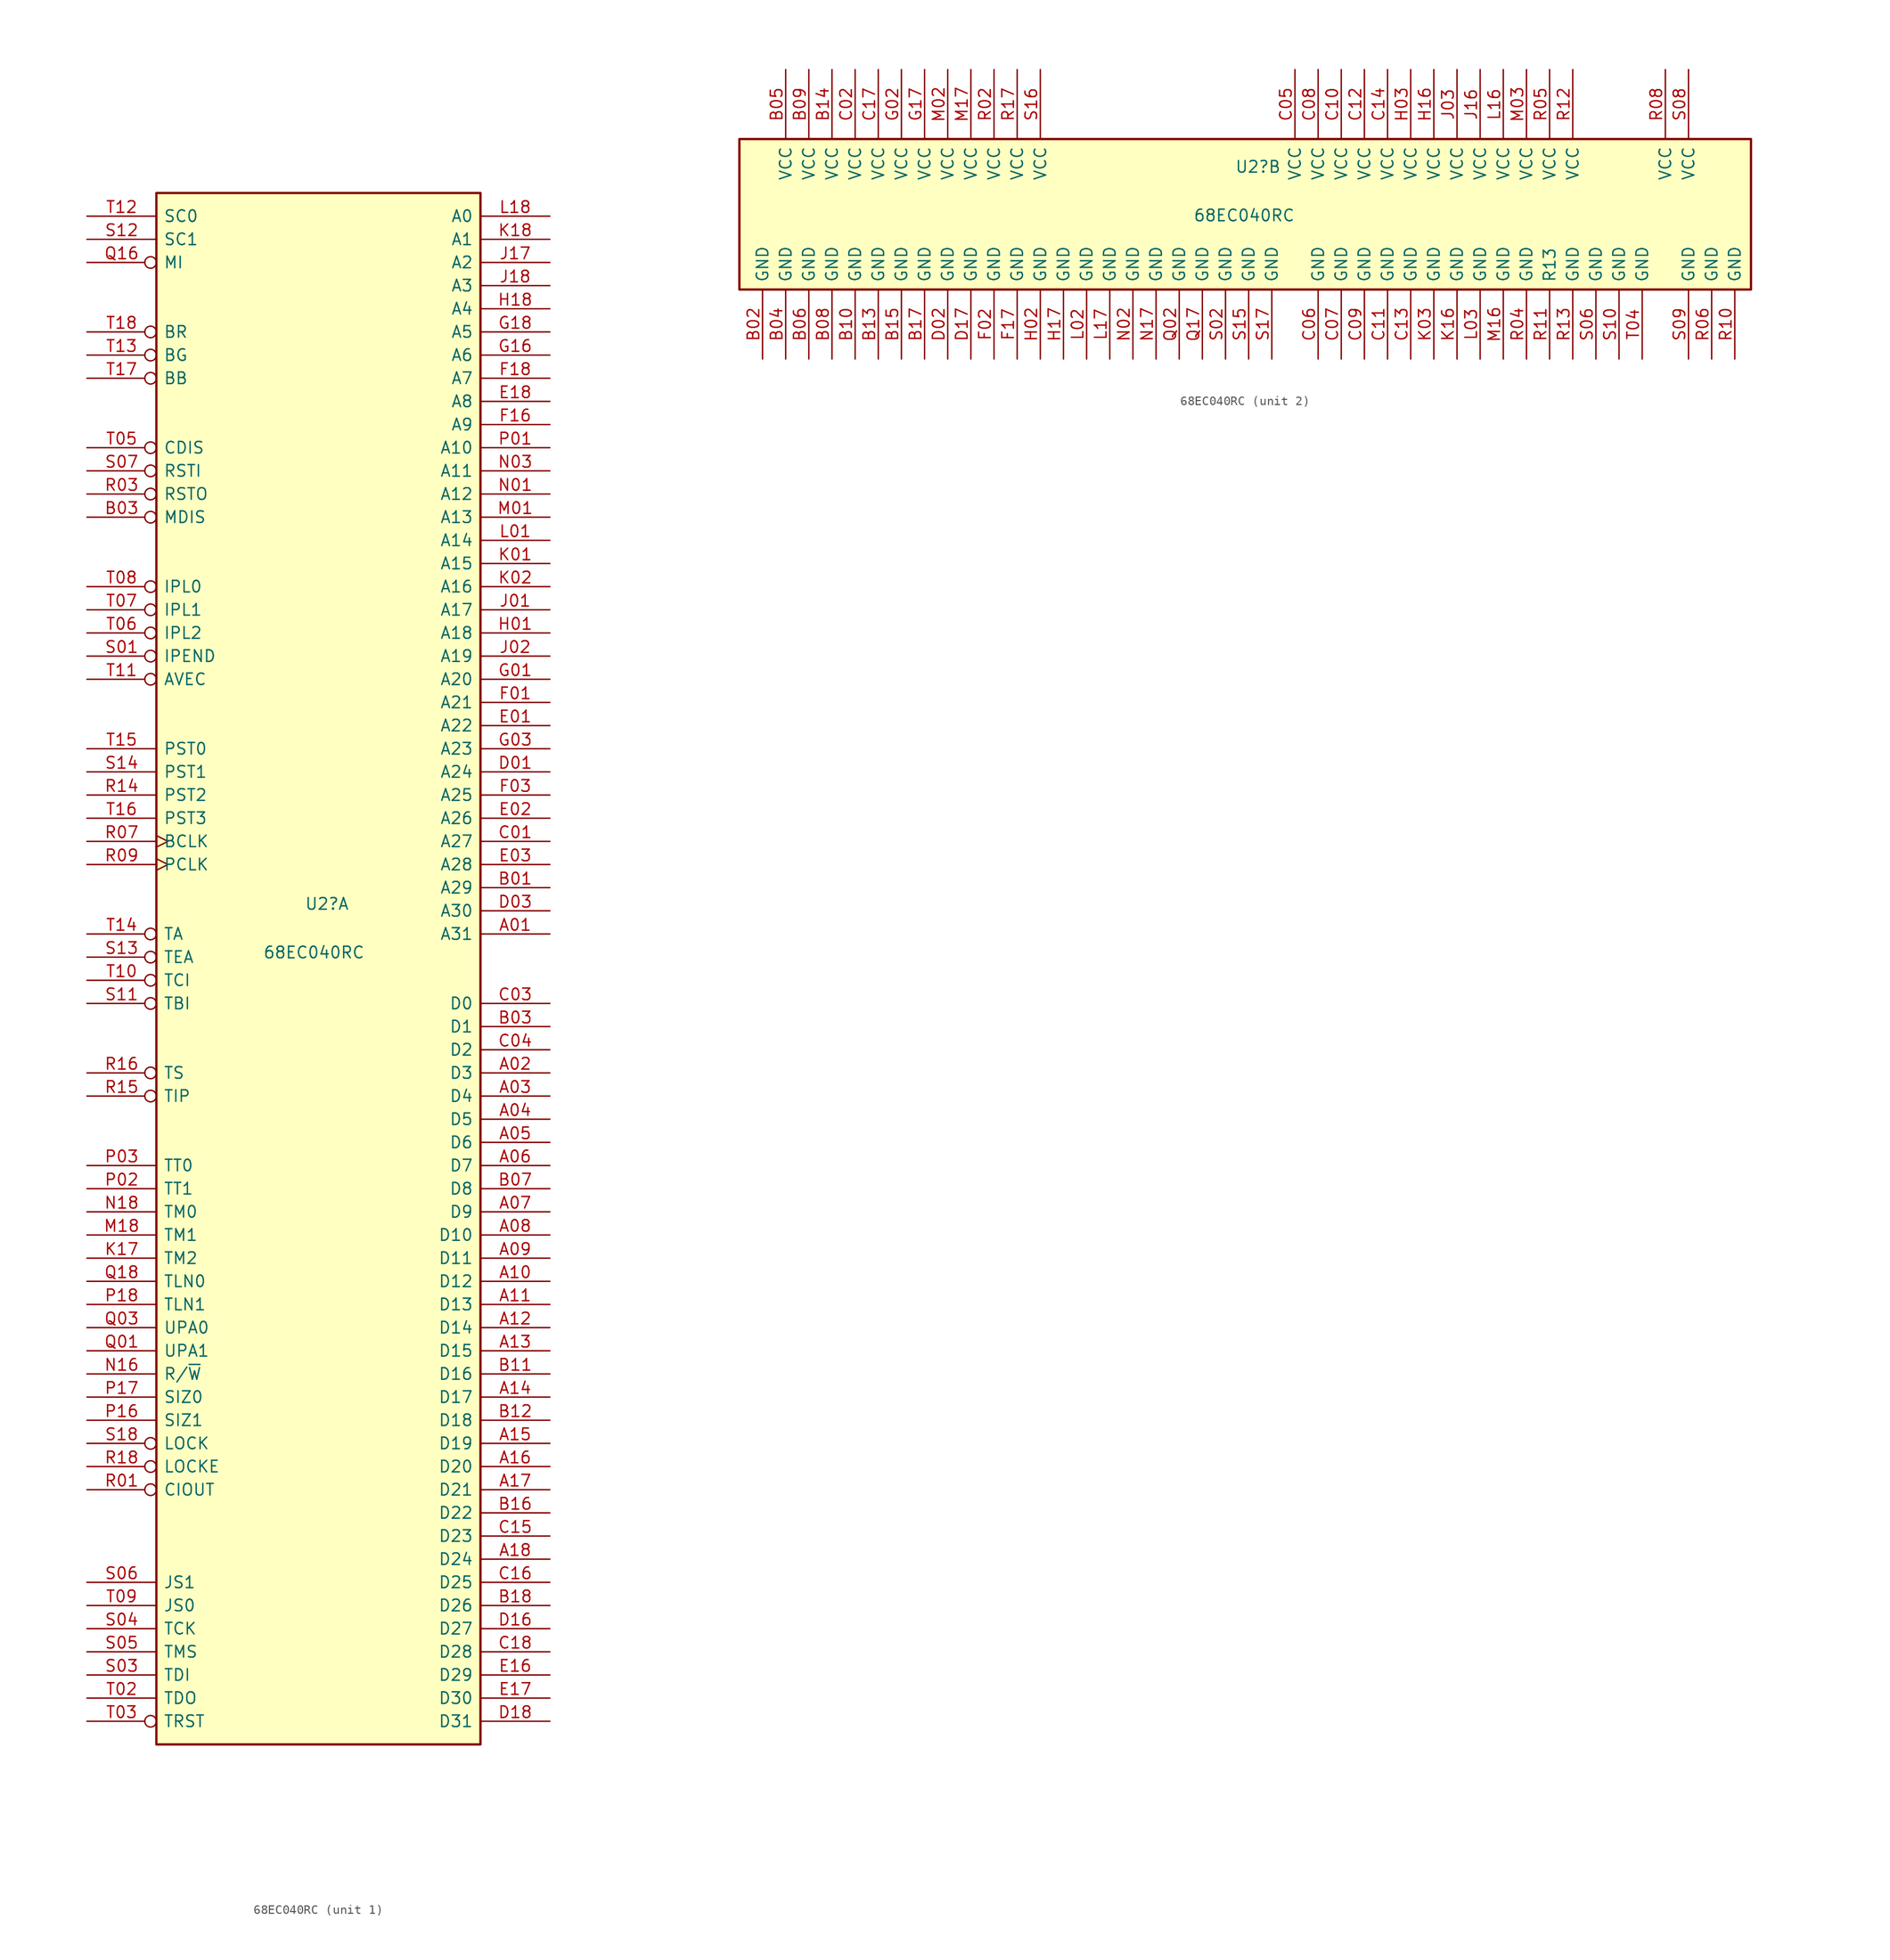
<source format=kicad_sym>
(kicad_symbol_lib
  (version 20241209)
  (generator "kicad_symbol_editor")
  (generator_version "9.0")
  (symbol "68EC040RC"
    (pin_names
      (offset 0.762))
    (property "Reference" "U2"
      (at -1.524 5.842 0)
      (effects (font (size 1.27 1.27)) (justify left)))
    (property "Value" "68EC040RC"
      (at -6.096 0.508 0)
      (effects (font (size 1.27 1.27)) (justify left)))
    (property "ki_locked" ""
      (at 0 0 0)
      (effects (font (size 1.27 1.27))))
    (symbol "68EC040RC_1_1"
      (rectangle (start -17.78 83.82) (end 17.78 -86.36) (stroke (width 0.254) (type solid)) (fill (type background)))
      (pin input line (at -25.4 81.28 0) (length 7.62) (name "SC0" (effects (font (size 1.27 1.27)))) (number "T12" (effects (font (size 1.27 1.27)))))
      (pin input line (at -25.4 78.74 0) (length 7.62) (name "SC1" (effects (font (size 1.27 1.27)))) (number "S12" (effects (font (size 1.27 1.27)))))
      (pin output inverted (at -25.4 76.2 0) (length 7.62) (name "MI" (effects (font (size 1.27 1.27)))) (number "Q16" (effects (font (size 1.27 1.27)))))
      (pin output inverted (at -25.4 68.58 0) (length 7.62) (name "BR" (effects (font (size 1.27 1.27)))) (number "T18" (effects (font (size 1.27 1.27)))))
      (pin input inverted (at -25.4 66.04 0) (length 7.62) (name "BG" (effects (font (size 1.27 1.27)))) (number "T13" (effects (font (size 1.27 1.27)))))
      (pin bidirectional inverted (at -25.4 63.5 0) (length 7.62) (name "BB" (effects (font (size 1.27 1.27)))) (number "T17" (effects (font (size 1.27 1.27)))))
      (pin input inverted (at -25.4 55.88 0) (length 7.62) (name "CDIS" (effects (font (size 1.27 1.27)))) (number "T05" (effects (font (size 1.27 1.27)))))
      (pin input inverted (at -25.4 53.34 0) (length 7.62) (name "RSTI" (effects (font (size 1.27 1.27)))) (number "S07" (effects (font (size 1.27 1.27)))))
      (pin output inverted (at -25.4 50.8 0) (length 7.62) (name "RSTO" (effects (font (size 1.27 1.27)))) (number "R03" (effects (font (size 1.27 1.27)))))
      (pin input inverted (at -25.4 48.26 0) (length 7.62) (name "MDIS" (effects (font (size 1.27 1.27)))) (number "B03" (effects (font (size 1.27 1.27)))))
      (pin input inverted (at -25.4 40.64 0) (length 7.62) (name "IPL0" (effects (font (size 1.27 1.27)))) (number "T08" (effects (font (size 1.27 1.27)))))
      (pin input inverted (at -25.4 38.1 0) (length 7.62) (name "IPL1" (effects (font (size 1.27 1.27)))) (number "T07" (effects (font (size 1.27 1.27)))))
      (pin input inverted (at -25.4 35.56 0) (length 7.62) (name "IPL2" (effects (font (size 1.27 1.27)))) (number "T06" (effects (font (size 1.27 1.27)))))
      (pin output inverted (at -25.4 33.02 0) (length 7.62) (name "IPEND" (effects (font (size 1.27 1.27)))) (number "S01" (effects (font (size 1.27 1.27)))))
      (pin input inverted (at -25.4 30.48 0) (length 7.62) (name "AVEC" (effects (font (size 1.27 1.27)))) (number "T11" (effects (font (size 1.27 1.27)))))
      (pin output line (at -25.4 22.86 0) (length 7.62) (name "PST0" (effects (font (size 1.27 1.27)))) (number "T15" (effects (font (size 1.27 1.27)))))
      (pin output line (at -25.4 20.32 0) (length 7.62) (name "PST1" (effects (font (size 1.27 1.27)))) (number "S14" (effects (font (size 1.27 1.27)))))
      (pin output line (at -25.4 17.78 0) (length 7.62) (name "PST2" (effects (font (size 1.27 1.27)))) (number "R14" (effects (font (size 1.27 1.27)))))
      (pin output line (at -25.4 15.24 0) (length 7.62) (name "PST3" (effects (font (size 1.27 1.27)))) (number "T16" (effects (font (size 1.27 1.27)))))
      (pin input clock (at -25.4 12.7 0) (length 7.62) (name "BCLK" (effects (font (size 1.27 1.27)))) (number "R07" (effects (font (size 1.27 1.27)))))
      (pin input clock (at -25.4 10.16 0) (length 7.62) (name "PCLK" (effects (font (size 1.27 1.27)))) (number "R09" (effects (font (size 1.27 1.27)))))
      (pin bidirectional inverted (at -25.4 2.54 0) (length 7.62) (name "TA" (effects (font (size 1.27 1.27)))) (number "T14" (effects (font (size 1.27 1.27)))))
      (pin input inverted (at -25.4 0 0) (length 7.62) (name "TEA" (effects (font (size 1.27 1.27)))) (number "S13" (effects (font (size 1.27 1.27)))))
      (pin input inverted (at -25.4 -2.54 0) (length 7.62) (name "TCI" (effects (font (size 1.27 1.27)))) (number "T10" (effects (font (size 1.27 1.27)))))
      (pin input inverted (at -25.4 -5.08 0) (length 7.62) (name "TBI" (effects (font (size 1.27 1.27)))) (number "S11" (effects (font (size 1.27 1.27)))))
      (pin bidirectional inverted (at -25.4 -12.7 0) (length 7.62) (name "TS" (effects (font (size 1.27 1.27)))) (number "R16" (effects (font (size 1.27 1.27)))))
      (pin output inverted (at -25.4 -15.24 0) (length 7.62) (name "TIP" (effects (font (size 1.27 1.27)))) (number "R15" (effects (font (size 1.27 1.27)))))
      (pin bidirectional line (at -25.4 -22.86 0) (length 7.62) (name "TT0" (effects (font (size 1.27 1.27)))) (number "P03" (effects (font (size 1.27 1.27)))))
      (pin bidirectional line (at -25.4 -25.4 0) (length 7.62) (name "TT1" (effects (font (size 1.27 1.27)))) (number "P02" (effects (font (size 1.27 1.27)))))
      (pin output line (at -25.4 -27.94 0) (length 7.62) (name "TM0" (effects (font (size 1.27 1.27)))) (number "N18" (effects (font (size 1.27 1.27)))))
      (pin output line (at -25.4 -30.48 0) (length 7.62) (name "TM1" (effects (font (size 1.27 1.27)))) (number "M18" (effects (font (size 1.27 1.27)))))
      (pin output line (at -25.4 -33.02 0) (length 7.62) (name "TM2" (effects (font (size 1.27 1.27)))) (number "K17" (effects (font (size 1.27 1.27)))))
      (pin output line (at -25.4 -35.56 0) (length 7.62) (name "TLN0" (effects (font (size 1.27 1.27)))) (number "Q18" (effects (font (size 1.27 1.27)))))
      (pin output line (at -25.4 -38.1 0) (length 7.62) (name "TLN1" (effects (font (size 1.27 1.27)))) (number "P18" (effects (font (size 1.27 1.27)))))
      (pin output line (at -25.4 -40.64 0) (length 7.62) (name "UPA0" (effects (font (size 1.27 1.27)))) (number "Q03" (effects (font (size 1.27 1.27)))))
      (pin output line (at -25.4 -43.18 0) (length 7.62) (name "UPA1" (effects (font (size 1.27 1.27)))) (number "Q01" (effects (font (size 1.27 1.27)))))
      (pin bidirectional line (at -25.4 -45.72 0) (length 7.62) (name "R/~{W}" (effects (font (size 1.27 1.27)))) (number "N16" (effects (font (size 1.27 1.27)))))
      (pin bidirectional line (at -25.4 -48.26 0) (length 7.62) (name "SIZ0" (effects (font (size 1.27 1.27)))) (number "P17" (effects (font (size 1.27 1.27)))))
      (pin bidirectional line (at -25.4 -50.8 0) (length 7.62) (name "SIZ1" (effects (font (size 1.27 1.27)))) (number "P16" (effects (font (size 1.27 1.27)))))
      (pin output inverted (at -25.4 -53.34 0) (length 7.62) (name "LOCK" (effects (font (size 1.27 1.27)))) (number "S18" (effects (font (size 1.27 1.27)))))
      (pin output inverted (at -25.4 -55.88 0) (length 7.62) (name "LOCKE" (effects (font (size 1.27 1.27)))) (number "R18" (effects (font (size 1.27 1.27)))))
      (pin output inverted (at -25.4 -58.42 0) (length 7.62) (name "CIOUT" (effects (font (size 1.27 1.27)))) (number "R01" (effects (font (size 1.27 1.27)))))
      (pin input line (at -25.4 -68.58 0) (length 7.62) (name "JS1" (effects (font (size 1.27 1.27)))) (number "S06" (effects (font (size 1.27 1.27)))))
      (pin input line (at -25.4 -71.12 0) (length 7.62) (name "JS0" (effects (font (size 1.27 1.27)))) (number "T09" (effects (font (size 1.27 1.27)))))
      (pin input line (at -25.4 -73.66 0) (length 7.62) (name "TCK" (effects (font (size 1.27 1.27)))) (number "S04" (effects (font (size 1.27 1.27)))))
      (pin input line (at -25.4 -76.2 0) (length 7.62) (name "TMS" (effects (font (size 1.27 1.27)))) (number "S05" (effects (font (size 1.27 1.27)))))
      (pin input line (at -25.4 -78.74 0) (length 7.62) (name "TDI" (effects (font (size 1.27 1.27)))) (number "S03" (effects (font (size 1.27 1.27)))))
      (pin output line (at -25.4 -81.28 0) (length 7.62) (name "TDO" (effects (font (size 1.27 1.27)))) (number "T02" (effects (font (size 1.27 1.27)))))
      (pin input inverted (at -25.4 -83.82 0) (length 7.62) (name "TRST" (effects (font (size 1.27 1.27)))) (number "T03" (effects (font (size 1.27 1.27)))))
      (pin output line (at 25.4 81.28 180) (length 7.62) (name "A0" (effects (font (size 1.27 1.27)))) (number "L18" (effects (font (size 1.27 1.27)))))
      (pin output line (at 25.4 78.74 180) (length 7.62) (name "A1" (effects (font (size 1.27 1.27)))) (number "K18" (effects (font (size 1.27 1.27)))))
      (pin output line (at 25.4 76.2 180) (length 7.62) (name "A2" (effects (font (size 1.27 1.27)))) (number "J17" (effects (font (size 1.27 1.27)))))
      (pin output line (at 25.4 73.66 180) (length 7.62) (name "A3" (effects (font (size 1.27 1.27)))) (number "J18" (effects (font (size 1.27 1.27)))))
      (pin output line (at 25.4 71.12 180) (length 7.62) (name "A4" (effects (font (size 1.27 1.27)))) (number "H18" (effects (font (size 1.27 1.27)))))
      (pin output line (at 25.4 68.58 180) (length 7.62) (name "A5" (effects (font (size 1.27 1.27)))) (number "G18" (effects (font (size 1.27 1.27)))))
      (pin output line (at 25.4 66.04 180) (length 7.62) (name "A6" (effects (font (size 1.27 1.27)))) (number "G16" (effects (font (size 1.27 1.27)))))
      (pin output line (at 25.4 63.5 180) (length 7.62) (name "A7" (effects (font (size 1.27 1.27)))) (number "F18" (effects (font (size 1.27 1.27)))))
      (pin output line (at 25.4 60.96 180) (length 7.62) (name "A8" (effects (font (size 1.27 1.27)))) (number "E18" (effects (font (size 1.27 1.27)))))
      (pin output line (at 25.4 58.42 180) (length 7.62) (name "A9" (effects (font (size 1.27 1.27)))) (number "F16" (effects (font (size 1.27 1.27)))))
      (pin output line (at 25.4 55.88 180) (length 7.62) (name "A10" (effects (font (size 1.27 1.27)))) (number "P01" (effects (font (size 1.27 1.27)))))
      (pin output line (at 25.4 53.34 180) (length 7.62) (name "A11" (effects (font (size 1.27 1.27)))) (number "N03" (effects (font (size 1.27 1.27)))))
      (pin output line (at 25.4 50.8 180) (length 7.62) (name "A12" (effects (font (size 1.27 1.27)))) (number "N01" (effects (font (size 1.27 1.27)))))
      (pin output line (at 25.4 48.26 180) (length 7.62) (name "A13" (effects (font (size 1.27 1.27)))) (number "M01" (effects (font (size 1.27 1.27)))))
      (pin output line (at 25.4 45.72 180) (length 7.62) (name "A14" (effects (font (size 1.27 1.27)))) (number "L01" (effects (font (size 1.27 1.27)))))
      (pin output line (at 25.4 43.18 180) (length 7.62) (name "A15" (effects (font (size 1.27 1.27)))) (number "K01" (effects (font (size 1.27 1.27)))))
      (pin output line (at 25.4 40.64 180) (length 7.62) (name "A16" (effects (font (size 1.27 1.27)))) (number "K02" (effects (font (size 1.27 1.27)))))
      (pin output line (at 25.4 38.1 180) (length 7.62) (name "A17" (effects (font (size 1.27 1.27)))) (number "J01" (effects (font (size 1.27 1.27)))))
      (pin output line (at 25.4 35.56 180) (length 7.62) (name "A18" (effects (font (size 1.27 1.27)))) (number "H01" (effects (font (size 1.27 1.27)))))
      (pin output line (at 25.4 33.02 180) (length 7.62) (name "A19" (effects (font (size 1.27 1.27)))) (number "J02" (effects (font (size 1.27 1.27)))))
      (pin output line (at 25.4 30.48 180) (length 7.62) (name "A20" (effects (font (size 1.27 1.27)))) (number "G01" (effects (font (size 1.27 1.27)))))
      (pin output line (at 25.4 27.94 180) (length 7.62) (name "A21" (effects (font (size 1.27 1.27)))) (number "F01" (effects (font (size 1.27 1.27)))))
      (pin output line (at 25.4 25.4 180) (length 7.62) (name "A22" (effects (font (size 1.27 1.27)))) (number "E01" (effects (font (size 1.27 1.27)))))
      (pin output line (at 25.4 22.86 180) (length 7.62) (name "A23" (effects (font (size 1.27 1.27)))) (number "G03" (effects (font (size 1.27 1.27)))))
      (pin output line (at 25.4 20.32 180) (length 7.62) (name "A24" (effects (font (size 1.27 1.27)))) (number "D01" (effects (font (size 1.27 1.27)))))
      (pin output line (at 25.4 17.78 180) (length 7.62) (name "A25" (effects (font (size 1.27 1.27)))) (number "F03" (effects (font (size 1.27 1.27)))))
      (pin output line (at 25.4 15.24 180) (length 7.62) (name "A26" (effects (font (size 1.27 1.27)))) (number "E02" (effects (font (size 1.27 1.27)))))
      (pin output line (at 25.4 12.7 180) (length 7.62) (name "A27" (effects (font (size 1.27 1.27)))) (number "C01" (effects (font (size 1.27 1.27)))))
      (pin output line (at 25.4 10.16 180) (length 7.62) (name "A28" (effects (font (size 1.27 1.27)))) (number "E03" (effects (font (size 1.27 1.27)))))
      (pin output line (at 25.4 7.62 180) (length 7.62) (name "A29" (effects (font (size 1.27 1.27)))) (number "B01" (effects (font (size 1.27 1.27)))))
      (pin output line (at 25.4 5.08 180) (length 7.62) (name "A30" (effects (font (size 1.27 1.27)))) (number "D03" (effects (font (size 1.27 1.27)))))
      (pin output line (at 25.4 2.54 180) (length 7.62) (name "A31" (effects (font (size 1.27 1.27)))) (number "A01" (effects (font (size 1.27 1.27)))))
      (pin bidirectional line (at 25.4 -5.08 180) (length 7.62) (name "D0" (effects (font (size 1.27 1.27)))) (number "C03" (effects (font (size 1.27 1.27)))))
      (pin bidirectional line (at 25.4 -7.62 180) (length 7.62) (name "D1" (effects (font (size 1.27 1.27)))) (number "B03" (effects (font (size 1.27 1.27)))))
      (pin bidirectional line (at 25.4 -10.16 180) (length 7.62) (name "D2" (effects (font (size 1.27 1.27)))) (number "C04" (effects (font (size 1.27 1.27)))))
      (pin bidirectional line (at 25.4 -12.7 180) (length 7.62) (name "D3" (effects (font (size 1.27 1.27)))) (number "A02" (effects (font (size 1.27 1.27)))))
      (pin bidirectional line (at 25.4 -15.24 180) (length 7.62) (name "D4" (effects (font (size 1.27 1.27)))) (number "A03" (effects (font (size 1.27 1.27)))))
      (pin bidirectional line (at 25.4 -17.78 180) (length 7.62) (name "D5" (effects (font (size 1.27 1.27)))) (number "A04" (effects (font (size 1.27 1.27)))))
      (pin bidirectional line (at 25.4 -20.32 180) (length 7.62) (name "D6" (effects (font (size 1.27 1.27)))) (number "A05" (effects (font (size 1.27 1.27)))))
      (pin bidirectional line (at 25.4 -22.86 180) (length 7.62) (name "D7" (effects (font (size 1.27 1.27)))) (number "A06" (effects (font (size 1.27 1.27)))))
      (pin bidirectional line (at 25.4 -25.4 180) (length 7.62) (name "D8" (effects (font (size 1.27 1.27)))) (number "B07" (effects (font (size 1.27 1.27)))))
      (pin bidirectional line (at 25.4 -27.94 180) (length 7.62) (name "D9" (effects (font (size 1.27 1.27)))) (number "A07" (effects (font (size 1.27 1.27)))))
      (pin bidirectional line (at 25.4 -30.48 180) (length 7.62) (name "D10" (effects (font (size 1.27 1.27)))) (number "A08" (effects (font (size 1.27 1.27)))))
      (pin bidirectional line (at 25.4 -33.02 180) (length 7.62) (name "D11" (effects (font (size 1.27 1.27)))) (number "A09" (effects (font (size 1.27 1.27)))))
      (pin bidirectional line (at 25.4 -35.56 180) (length 7.62) (name "D12" (effects (font (size 1.27 1.27)))) (number "A10" (effects (font (size 1.27 1.27)))))
      (pin bidirectional line (at 25.4 -38.1 180) (length 7.62) (name "D13" (effects (font (size 1.27 1.27)))) (number "A11" (effects (font (size 1.27 1.27)))))
      (pin bidirectional line (at 25.4 -40.64 180) (length 7.62) (name "D14" (effects (font (size 1.27 1.27)))) (number "A12" (effects (font (size 1.27 1.27)))))
      (pin bidirectional line (at 25.4 -43.18 180) (length 7.62) (name "D15" (effects (font (size 1.27 1.27)))) (number "A13" (effects (font (size 1.27 1.27)))))
      (pin bidirectional line (at 25.4 -45.72 180) (length 7.62) (name "D16" (effects (font (size 1.27 1.27)))) (number "B11" (effects (font (size 1.27 1.27)))))
      (pin bidirectional line (at 25.4 -48.26 180) (length 7.62) (name "D17" (effects (font (size 1.27 1.27)))) (number "A14" (effects (font (size 1.27 1.27)))))
      (pin bidirectional line (at 25.4 -50.8 180) (length 7.62) (name "D18" (effects (font (size 1.27 1.27)))) (number "B12" (effects (font (size 1.27 1.27)))))
      (pin bidirectional line (at 25.4 -53.34 180) (length 7.62) (name "D19" (effects (font (size 1.27 1.27)))) (number "A15" (effects (font (size 1.27 1.27)))))
      (pin bidirectional line (at 25.4 -55.88 180) (length 7.62) (name "D20" (effects (font (size 1.27 1.27)))) (number "A16" (effects (font (size 1.27 1.27)))))
      (pin bidirectional line (at 25.4 -58.42 180) (length 7.62) (name "D21" (effects (font (size 1.27 1.27)))) (number "A17" (effects (font (size 1.27 1.27)))))
      (pin bidirectional line (at 25.4 -60.96 180) (length 7.62) (name "D22" (effects (font (size 1.27 1.27)))) (number "B16" (effects (font (size 1.27 1.27)))))
      (pin bidirectional line (at 25.4 -63.5 180) (length 7.62) (name "D23" (effects (font (size 1.27 1.27)))) (number "C15" (effects (font (size 1.27 1.27)))))
      (pin bidirectional line (at 25.4 -66.04 180) (length 7.62) (name "D24" (effects (font (size 1.27 1.27)))) (number "A18" (effects (font (size 1.27 1.27)))))
      (pin bidirectional line (at 25.4 -68.58 180) (length 7.62) (name "D25" (effects (font (size 1.27 1.27)))) (number "C16" (effects (font (size 1.27 1.27)))))
      (pin bidirectional line (at 25.4 -71.12 180) (length 7.62) (name "D26" (effects (font (size 1.27 1.27)))) (number "B18" (effects (font (size 1.27 1.27)))))
      (pin bidirectional line (at 25.4 -73.66 180) (length 7.62) (name "D27" (effects (font (size 1.27 1.27)))) (number "D16" (effects (font (size 1.27 1.27)))))
      (pin bidirectional line (at 25.4 -76.2 180) (length 7.62) (name "D28" (effects (font (size 1.27 1.27)))) (number "C18" (effects (font (size 1.27 1.27)))))
      (pin bidirectional line (at 25.4 -78.74 180) (length 7.62) (name "D29" (effects (font (size 1.27 1.27)))) (number "E16" (effects (font (size 1.27 1.27)))))
      (pin bidirectional line (at 25.4 -81.28 180) (length 7.62) (name "D30" (effects (font (size 1.27 1.27)))) (number "E17" (effects (font (size 1.27 1.27)))))
      (pin bidirectional line (at 25.4 -83.82 180) (length 7.62) (name "D31" (effects (font (size 1.27 1.27)))) (number "D18" (effects (font (size 1.27 1.27))))))
    (symbol "68EC040RC_2_1"
      (rectangle (start -55.88 8.89) (end 55.118 -7.62) (stroke (width 0.254) (type solid)) (fill (type background)))
      (pin power_in line (at -53.34 -15.24 90) (length 7.62) (name "GND" (effects (font (size 1.27 1.27)))) (number "B02" (effects (font (size 1.27 1.27)))))
      (pin power_in line (at -50.8 16.51 270) (length 7.62) (name "VCC" (effects (font (size 1.27 1.27)))) (number "B05" (effects (font (size 1.27 1.27)))))
      (pin power_in line (at -50.8 -15.24 90) (length 7.62) (name "GND" (effects (font (size 1.27 1.27)))) (number "B04" (effects (font (size 1.27 1.27)))))
      (pin power_in line (at -48.26 16.51 270) (length 7.62) (name "VCC" (effects (font (size 1.27 1.27)))) (number "B09" (effects (font (size 1.27 1.27)))))
      (pin power_in line (at -48.26 -15.24 90) (length 7.62) (name "GND" (effects (font (size 1.27 1.27)))) (number "B06" (effects (font (size 1.27 1.27)))))
      (pin power_in line (at -45.72 16.51 270) (length 7.62) (name "VCC" (effects (font (size 1.27 1.27)))) (number "B14" (effects (font (size 1.27 1.27)))))
      (pin power_in line (at -45.72 -15.24 90) (length 7.62) (name "GND" (effects (font (size 1.27 1.27)))) (number "B08" (effects (font (size 1.27 1.27)))))
      (pin power_in line (at -43.18 16.51 270) (length 7.62) (name "VCC" (effects (font (size 1.27 1.27)))) (number "C02" (effects (font (size 1.27 1.27)))))
      (pin power_in line (at -43.18 -15.24 90) (length 7.62) (name "GND" (effects (font (size 1.27 1.27)))) (number "B10" (effects (font (size 1.27 1.27)))))
      (pin power_in line (at -40.64 16.51 270) (length 7.62) (name "VCC" (effects (font (size 1.27 1.27)))) (number "C17" (effects (font (size 1.27 1.27)))))
      (pin power_in line (at -40.64 -15.24 90) (length 7.62) (name "GND" (effects (font (size 1.27 1.27)))) (number "B13" (effects (font (size 1.27 1.27)))))
      (pin power_in line (at -38.1 16.51 270) (length 7.62) (name "VCC" (effects (font (size 1.27 1.27)))) (number "G02" (effects (font (size 1.27 1.27)))))
      (pin power_in line (at -38.1 -15.24 90) (length 7.62) (name "GND" (effects (font (size 1.27 1.27)))) (number "B15" (effects (font (size 1.27 1.27)))))
      (pin power_in line (at -35.56 16.51 270) (length 7.62) (name "VCC" (effects (font (size 1.27 1.27)))) (number "G17" (effects (font (size 1.27 1.27)))))
      (pin power_in line (at -35.56 -15.24 90) (length 7.62) (name "GND" (effects (font (size 1.27 1.27)))) (number "B17" (effects (font (size 1.27 1.27)))))
      (pin power_in line (at -33.02 16.51 270) (length 7.62) (name "VCC" (effects (font (size 1.27 1.27)))) (number "M02" (effects (font (size 1.27 1.27)))))
      (pin power_in line (at -33.02 -15.24 90) (length 7.62) (name "GND" (effects (font (size 1.27 1.27)))) (number "D02" (effects (font (size 1.27 1.27)))))
      (pin power_in line (at -30.48 16.51 270) (length 7.62) (name "VCC" (effects (font (size 1.27 1.27)))) (number "M17" (effects (font (size 1.27 1.27)))))
      (pin power_in line (at -30.48 -15.24 90) (length 7.62) (name "GND" (effects (font (size 1.27 1.27)))) (number "D17" (effects (font (size 1.27 1.27)))))
      (pin power_in line (at -27.94 16.51 270) (length 7.62) (name "VCC" (effects (font (size 1.27 1.27)))) (number "R02" (effects (font (size 1.27 1.27)))))
      (pin power_in line (at -27.94 -15.24 90) (length 7.62) (name "GND" (effects (font (size 1.27 1.27)))) (number "F02" (effects (font (size 1.27 1.27)))))
      (pin power_in line (at -25.4 16.51 270) (length 7.62) (name "VCC" (effects (font (size 1.27 1.27)))) (number "R17" (effects (font (size 1.27 1.27)))))
      (pin power_in line (at -25.4 -15.24 90) (length 7.62) (name "GND" (effects (font (size 1.27 1.27)))) (number "F17" (effects (font (size 1.27 1.27)))))
      (pin power_in line (at -22.86 16.51 270) (length 7.62) (name "VCC" (effects (font (size 1.27 1.27)))) (number "S16" (effects (font (size 1.27 1.27)))))
      (pin power_in line (at -22.86 -15.24 90) (length 7.62) (name "GND" (effects (font (size 1.27 1.27)))) (number "H02" (effects (font (size 1.27 1.27)))))
      (pin power_in line (at -20.32 -15.24 90) (length 7.62) (name "GND" (effects (font (size 1.27 1.27)))) (number "H17" (effects (font (size 1.27 1.27)))))
      (pin power_in line (at -17.78 -15.24 90) (length 7.62) (name "GND" (effects (font (size 1.27 1.27)))) (number "L02" (effects (font (size 1.27 1.27)))))
      (pin power_in line (at -15.24 -15.24 90) (length 7.62) (name "GND" (effects (font (size 1.27 1.27)))) (number "L17" (effects (font (size 1.27 1.27)))))
      (pin power_in line (at -12.7 -15.24 90) (length 7.62) (name "GND" (effects (font (size 1.27 1.27)))) (number "N02" (effects (font (size 1.27 1.27)))))
      (pin power_in line (at -10.16 -15.24 90) (length 7.62) (name "GND" (effects (font (size 1.27 1.27)))) (number "N17" (effects (font (size 1.27 1.27)))))
      (pin power_in line (at -7.62 -15.24 90) (length 7.62) (name "GND" (effects (font (size 1.27 1.27)))) (number "Q02" (effects (font (size 1.27 1.27)))))
      (pin power_in line (at -5.08 -15.24 90) (length 7.62) (name "GND" (effects (font (size 1.27 1.27)))) (number "Q17" (effects (font (size 1.27 1.27)))))
      (pin power_in line (at -2.54 -15.24 90) (length 7.62) (name "GND" (effects (font (size 1.27 1.27)))) (number "S02" (effects (font (size 1.27 1.27)))))
      (pin power_in line (at 0 -15.24 90) (length 7.62) (name "GND" (effects (font (size 1.27 1.27)))) (number "S15" (effects (font (size 1.27 1.27)))))
      (pin power_in line (at 2.54 -15.24 90) (length 7.62) (name "GND" (effects (font (size 1.27 1.27)))) (number "S17" (effects (font (size 1.27 1.27)))))
      (pin power_in line (at 5.08 16.51 270) (length 7.62) (name "VCC" (effects (font (size 1.27 1.27)))) (number "C05" (effects (font (size 1.27 1.27)))))
      (pin power_in line (at 7.62 16.51 270) (length 7.62) (name "VCC" (effects (font (size 1.27 1.27)))) (number "C08" (effects (font (size 1.27 1.27)))))
      (pin power_in line (at 7.62 -15.24 90) (length 7.62) (name "GND" (effects (font (size 1.27 1.27)))) (number "C06" (effects (font (size 1.27 1.27)))))
      (pin power_in line (at 10.16 16.51 270) (length 7.62) (name "VCC" (effects (font (size 1.27 1.27)))) (number "C10" (effects (font (size 1.27 1.27)))))
      (pin power_in line (at 10.16 -15.24 90) (length 7.62) (name "GND" (effects (font (size 1.27 1.27)))) (number "C07" (effects (font (size 1.27 1.27)))))
      (pin power_in line (at 12.7 16.51 270) (length 7.62) (name "VCC" (effects (font (size 1.27 1.27)))) (number "C12" (effects (font (size 1.27 1.27)))))
      (pin power_in line (at 12.7 -15.24 90) (length 7.62) (name "GND" (effects (font (size 1.27 1.27)))) (number "C09" (effects (font (size 1.27 1.27)))))
      (pin power_in line (at 15.24 16.51 270) (length 7.62) (name "VCC" (effects (font (size 1.27 1.27)))) (number "C14" (effects (font (size 1.27 1.27)))))
      (pin power_in line (at 15.24 -15.24 90) (length 7.62) (name "GND" (effects (font (size 1.27 1.27)))) (number "C11" (effects (font (size 1.27 1.27)))))
      (pin power_in line (at 17.78 16.51 270) (length 7.62) (name "VCC" (effects (font (size 1.27 1.27)))) (number "H03" (effects (font (size 1.27 1.27)))))
      (pin power_in line (at 17.78 -15.24 90) (length 7.62) (name "GND" (effects (font (size 1.27 1.27)))) (number "C13" (effects (font (size 1.27 1.27)))))
      (pin power_in line (at 20.32 16.51 270) (length 7.62) (name "VCC" (effects (font (size 1.27 1.27)))) (number "H16" (effects (font (size 1.27 1.27)))))
      (pin power_in line (at 20.32 -15.24 90) (length 7.62) (name "GND" (effects (font (size 1.27 1.27)))) (number "K03" (effects (font (size 1.27 1.27)))))
      (pin power_in line (at 22.86 16.51 270) (length 7.62) (name "VCC" (effects (font (size 1.27 1.27)))) (number "J03" (effects (font (size 1.27 1.27)))))
      (pin power_in line (at 22.86 -15.24 90) (length 7.62) (name "GND" (effects (font (size 1.27 1.27)))) (number "K16" (effects (font (size 1.27 1.27)))))
      (pin power_in line (at 25.4 16.51 270) (length 7.62) (name "VCC" (effects (font (size 1.27 1.27)))) (number "J16" (effects (font (size 1.27 1.27)))))
      (pin power_in line (at 25.4 -15.24 90) (length 7.62) (name "GND" (effects (font (size 1.27 1.27)))) (number "L03" (effects (font (size 1.27 1.27)))))
      (pin power_in line (at 27.94 16.51 270) (length 7.62) (name "VCC" (effects (font (size 1.27 1.27)))) (number "L16" (effects (font (size 1.27 1.27)))))
      (pin power_in line (at 27.94 -15.24 90) (length 7.62) (name "GND" (effects (font (size 1.27 1.27)))) (number "M16" (effects (font (size 1.27 1.27)))))
      (pin power_in line (at 30.48 16.51 270) (length 7.62) (name "VCC" (effects (font (size 1.27 1.27)))) (number "M03" (effects (font (size 1.27 1.27)))))
      (pin power_in line (at 30.48 -15.24 90) (length 7.62) (name "GND" (effects (font (size 1.27 1.27)))) (number "R04" (effects (font (size 1.27 1.27)))))
      (pin power_in line (at 33.02 16.51 270) (length 7.62) (name "VCC" (effects (font (size 1.27 1.27)))) (number "R05" (effects (font (size 1.27 1.27)))))
      (pin power_in line (at 33.02 -15.24 90) (length 7.62) (name "R13" (effects (font (size 1.27 1.27)))) (number "R11" (effects (font (size 1.27 1.27)))))
      (pin power_in line (at 35.56 16.51 270) (length 7.62) (name "VCC" (effects (font (size 1.27 1.27)))) (number "R12" (effects (font (size 1.27 1.27)))))
      (pin power_in line (at 35.56 -15.24 90) (length 7.62) (name "GND" (effects (font (size 1.27 1.27)))) (number "R13" (effects (font (size 1.27 1.27)))))
      (pin power_in line (at 38.1 -15.24 90) (length 7.62) (name "GND" (effects (font (size 1.27 1.27)))) (number "S06" (effects (font (size 1.27 1.27)))))
      (pin power_in line (at 40.64 -15.24 90) (length 7.62) (name "GND" (effects (font (size 1.27 1.27)))) (number "S10" (effects (font (size 1.27 1.27)))))
      (pin power_in line (at 43.18 -15.24 90) (length 7.62) (name "GND" (effects (font (size 1.27 1.27)))) (number "T04" (effects (font (size 1.27 1.27)))))
      (pin power_in line (at 45.72 16.51 270) (length 7.62) (name "VCC" (effects (font (size 1.27 1.27)))) (number "R08" (effects (font (size 1.27 1.27)))))
      (pin power_in line (at 48.26 16.51 270) (length 7.62) (name "VCC" (effects (font (size 1.27 1.27)))) (number "S08" (effects (font (size 1.27 1.27)))))
      (pin power_in line (at 48.26 -15.24 90) (length 7.62) (name "GND" (effects (font (size 1.27 1.27)))) (number "S09" (effects (font (size 1.27 1.27)))))
      (pin power_in line (at 50.8 -15.24 90) (length 7.62) (name "GND" (effects (font (size 1.27 1.27)))) (number "R06" (effects (font (size 1.27 1.27)))))
      (pin power_in line (at 53.34 -15.24 90) (length 7.62) (name "GND" (effects (font (size 1.27 1.27)))) (number "R10" (effects (font (size 1.27 1.27))))))))
</source>
